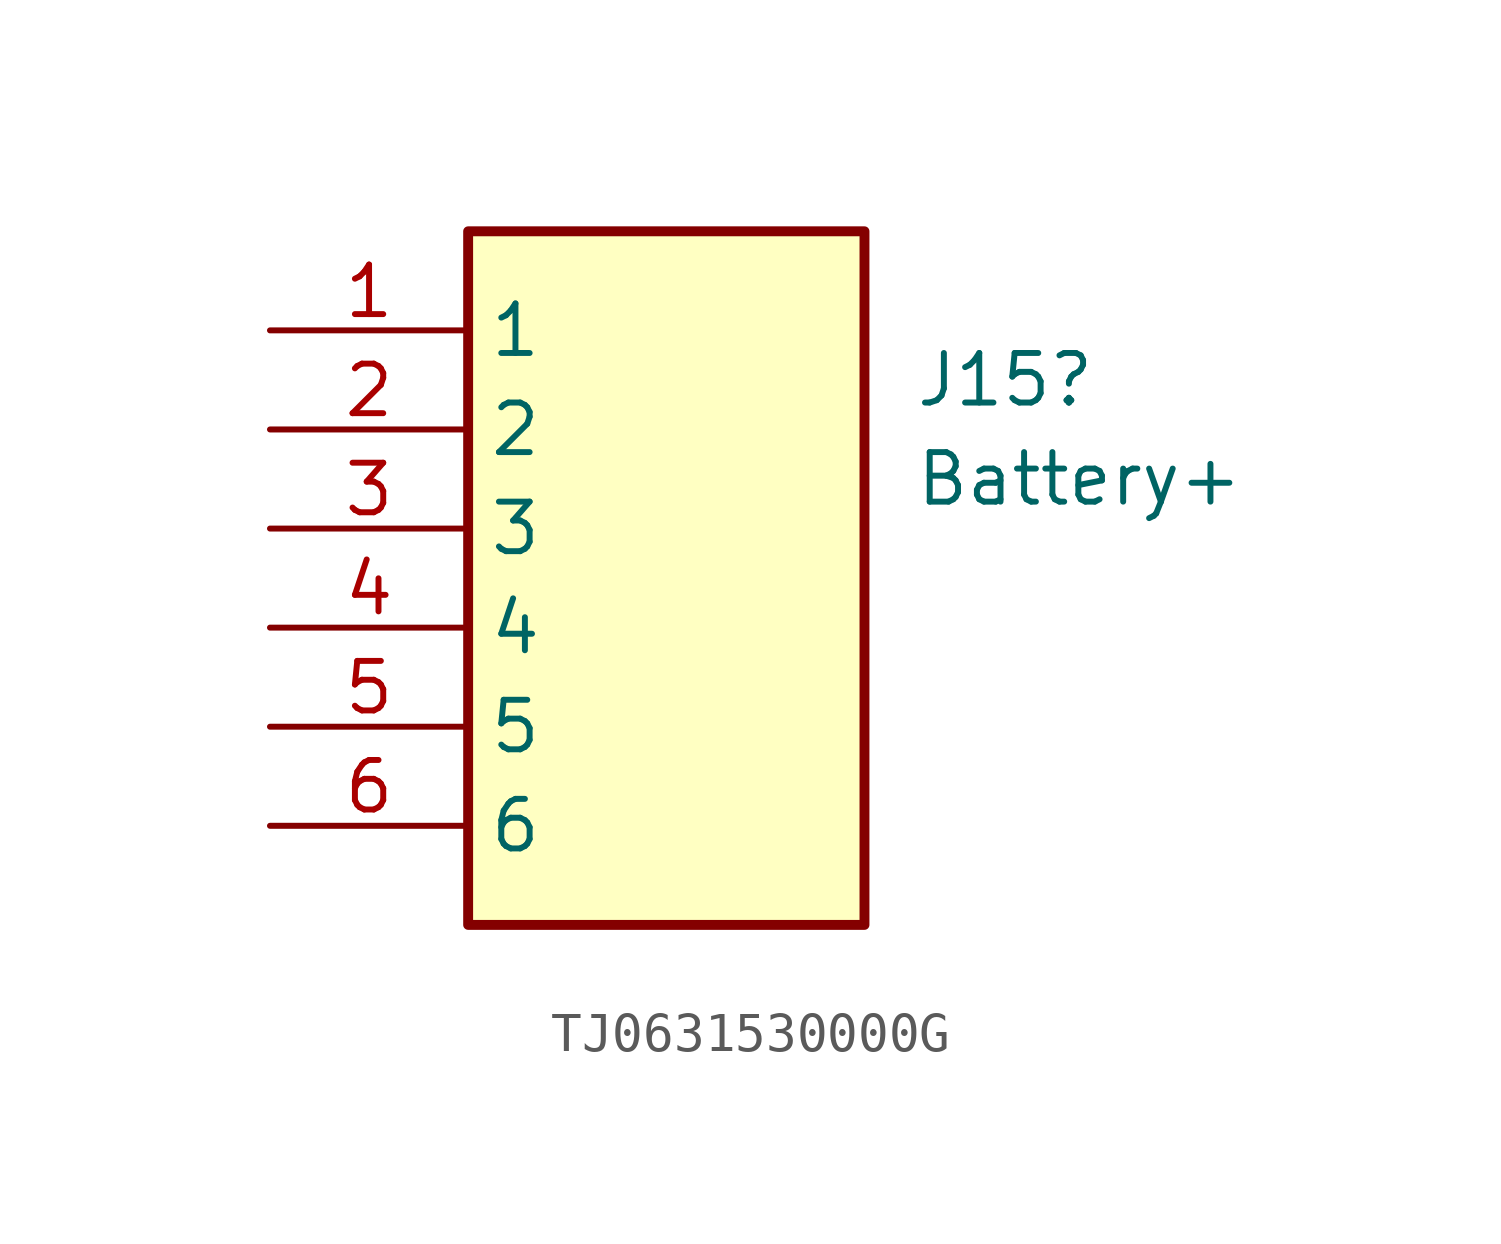
<source format=kicad_sym>
(kicad_symbol_lib
  (version 20231120)
  (generator "kicad_symbol_editor")
  (generator_version "8.0")
  (symbol "TJ0631530000G"
    (property "Reference" "J15"
      (at 16.51 -1.27 0)
      (effects (font (size 1.27 1.27)) (justify left)))
    (property "Value" "Battery+"
      (at 16.51 -3.81 0)
      (effects (font (size 1.27 1.27)) (justify left)))
    (symbol "TJ0631530000G_1_1"
      (rectangle (start 5.08 2.54) (end 15.24 -15.24) (stroke (width 0.254) (type default)) (fill (type background)))
      (pin passive line (at 0 0 0) (length 5.08) (name "1" (effects (font (size 1.27 1.27)))) (number "1" (effects (font (size 1.27 1.27)))))
      (pin passive line (at 0 -2.54 0) (length 5.08) (name "2" (effects (font (size 1.27 1.27)))) (number "2" (effects (font (size 1.27 1.27)))))
      (pin passive line (at 0 -5.08 0) (length 5.08) (name "3" (effects (font (size 1.27 1.27)))) (number "3" (effects (font (size 1.27 1.27)))))
      (pin passive line (at 0 -7.62 0) (length 5.08) (name "4" (effects (font (size 1.27 1.27)))) (number "4" (effects (font (size 1.27 1.27)))))
      (pin passive line (at 0 -10.16 0) (length 5.08) (name "5" (effects (font (size 1.27 1.27)))) (number "5" (effects (font (size 1.27 1.27)))))
      (pin passive line (at 0 -12.7 0) (length 5.08) (name "6" (effects (font (size 1.27 1.27)))) (number "6" (effects (font (size 1.27 1.27))))))))
</source>
